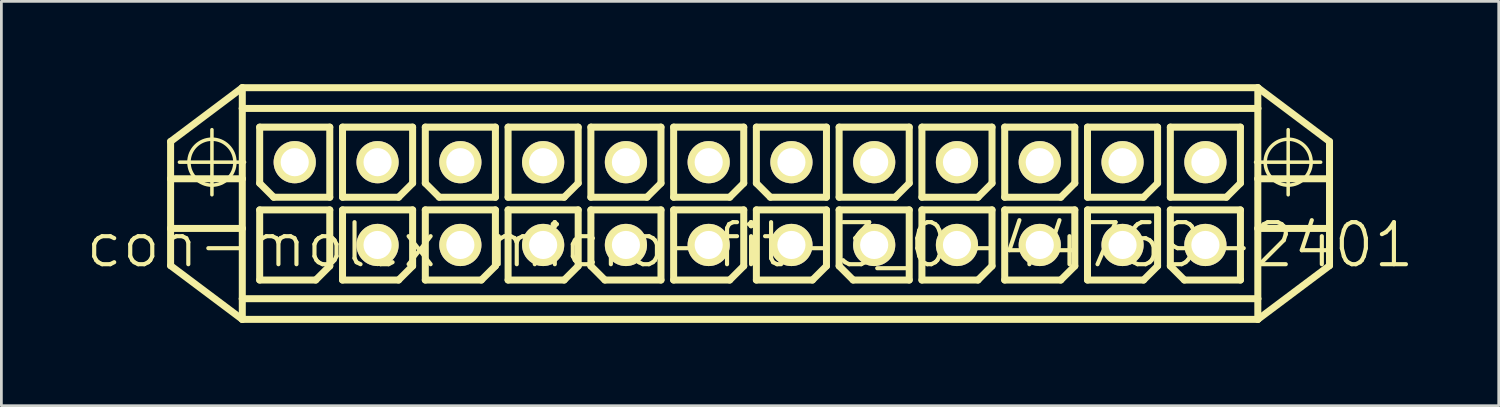
<source format=kicad_pcb>
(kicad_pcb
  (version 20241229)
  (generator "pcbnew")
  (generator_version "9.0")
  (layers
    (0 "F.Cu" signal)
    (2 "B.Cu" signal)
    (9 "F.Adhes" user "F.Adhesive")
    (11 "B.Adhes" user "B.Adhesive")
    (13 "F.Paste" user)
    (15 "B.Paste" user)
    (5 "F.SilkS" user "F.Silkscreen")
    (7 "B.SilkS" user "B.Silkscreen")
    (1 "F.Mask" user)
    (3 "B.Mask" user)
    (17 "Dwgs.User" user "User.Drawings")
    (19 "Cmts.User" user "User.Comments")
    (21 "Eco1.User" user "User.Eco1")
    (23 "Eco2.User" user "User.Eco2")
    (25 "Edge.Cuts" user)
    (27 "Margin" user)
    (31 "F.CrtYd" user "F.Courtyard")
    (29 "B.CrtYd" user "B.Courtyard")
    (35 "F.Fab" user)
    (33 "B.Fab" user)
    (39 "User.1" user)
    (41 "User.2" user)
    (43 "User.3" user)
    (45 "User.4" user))
  (footprint "con-molex-micro-fit-3_0-44769-2401"
    (layer "F.Cu")
    (at 24.13 5.827)
    (property "Reference" "con-molex-micro-fit-3_0-44769-2401" (at 0 0 0) (layer "F.SilkS") (effects (font (size 1.524 1.524) (thickness 0.15))))
    (attr exclude_from_pos_files exclude_from_bom)
    (fp_line (start -20.998 -3.749) (end -18.4 -5.7) (stroke (width 0.254) (type solid)) (layer "F.SilkS"))
    (fp_line (start -20.998 -2.398) (end -20.998 -3.749) (stroke (width 0.254) (type solid)) (layer "F.SilkS"))
    (fp_line (start -20.998 -2.398) (end -18.4 -2.398) (stroke (width 0.254) (type solid)) (layer "F.SilkS"))
    (fp_line (start -20.998 -0.599) (end -20.998 -2.398) (stroke (width 0.254) (type solid)) (layer "F.SilkS"))
    (fp_line (start -20.998 -0.599) (end -18.4 -0.599) (stroke (width 0.254) (type solid)) (layer "F.SilkS"))
    (fp_line (start -20.998 0.749) (end -20.998 -0.599) (stroke (width 0.254) (type solid)) (layer "F.SilkS"))
    (fp_line (start -20.678 -3) (end -18.318 -3) (stroke (width 0.127) (type solid)) (layer "F.SilkS"))
    (fp_line (start -19.5 -1.819) (end -19.5 -4.178) (stroke (width 0.127) (type solid)) (layer "F.SilkS"))
    (fp_line (start -18.4 -5.7) (end -18.4 -4.948) (stroke (width 0.254) (type solid)) (layer "F.SilkS"))
    (fp_line (start -18.4 -5.7) (end 18.4 -5.7) (stroke (width 0.254) (type solid)) (layer "F.SilkS"))
    (fp_line (start -18.4 -4.948) (end 18.4 -4.948) (stroke (width 0.254) (type solid)) (layer "F.SilkS"))
    (fp_line (start -18.4 -2.398) (end -18.4 -4.948) (stroke (width 0.254) (type solid)) (layer "F.SilkS"))
    (fp_line (start -18.4 -0.599) (end -18.4 -2.398) (stroke (width 0.254) (type solid)) (layer "F.SilkS"))
    (fp_line (start -18.4 -0.599) (end -18.4 1.948) (stroke (width 0.254) (type solid)) (layer "F.SilkS"))
    (fp_line (start -18.4 1.948) (end -18.4 2.697) (stroke (width 0.254) (type solid)) (layer "F.SilkS"))
    (fp_line (start -18.4 1.948) (end 18.4 1.948) (stroke (width 0.254) (type solid)) (layer "F.SilkS"))
    (fp_line (start -18.4 2.697) (end -20.998 0.749) (stroke (width 0.254) (type solid)) (layer "F.SilkS"))
    (fp_line (start -17.77 -4.27) (end -15.23 -4.27) (stroke (width 0.254) (type solid)) (layer "F.SilkS"))
    (fp_line (start -17.77 -2.238) (end -17.77 -4.27) (stroke (width 0.254) (type solid)) (layer "F.SilkS"))
    (fp_line (start -17.77 -1.27) (end -15.23 -1.27) (stroke (width 0.254) (type solid)) (layer "F.SilkS"))
    (fp_line (start -17.77 1.27) (end -17.77 -1.27) (stroke (width 0.254) (type solid)) (layer "F.SilkS"))
    (fp_line (start -17.262 -1.73) (end -17.77 -2.238) (stroke (width 0.254) (type solid)) (layer "F.SilkS"))
    (fp_line (start -15.738 1.27) (end -17.77 1.27) (stroke (width 0.254) (type solid)) (layer "F.SilkS"))
    (fp_line (start -15.23 -4.27) (end -15.23 -1.73) (stroke (width 0.254) (type solid)) (layer "F.SilkS"))
    (fp_line (start -15.23 -1.73) (end -17.262 -1.73) (stroke (width 0.254) (type solid)) (layer "F.SilkS"))
    (fp_line (start -15.23 -1.27) (end -15.23 0.762) (stroke (width 0.254) (type solid)) (layer "F.SilkS"))
    (fp_line (start -15.23 0.762) (end -15.738 1.27) (stroke (width 0.254) (type solid)) (layer "F.SilkS"))
    (fp_line (start -14.768 -4.27) (end -12.228 -4.27) (stroke (width 0.254) (type solid)) (layer "F.SilkS"))
    (fp_line (start -14.768 -1.73) (end -14.768 -4.27) (stroke (width 0.254) (type solid)) (layer "F.SilkS"))
    (fp_line (start -14.768 -1.27) (end -12.228 -1.27) (stroke (width 0.254) (type solid)) (layer "F.SilkS"))
    (fp_line (start -14.768 1.27) (end -14.768 -1.27) (stroke (width 0.254) (type solid)) (layer "F.SilkS"))
    (fp_line (start -12.736 -1.73) (end -14.768 -1.73) (stroke (width 0.254) (type solid)) (layer "F.SilkS"))
    (fp_line (start -12.736 1.27) (end -14.768 1.27) (stroke (width 0.254) (type solid)) (layer "F.SilkS"))
    (fp_line (start -12.228 -4.27) (end -12.228 -2.238) (stroke (width 0.254) (type solid)) (layer "F.SilkS"))
    (fp_line (start -12.228 -2.238) (end -12.736 -1.73) (stroke (width 0.254) (type solid)) (layer "F.SilkS"))
    (fp_line (start -12.228 -1.27) (end -12.228 0.762) (stroke (width 0.254) (type solid)) (layer "F.SilkS"))
    (fp_line (start -12.228 0.762) (end -12.736 1.27) (stroke (width 0.254) (type solid)) (layer "F.SilkS"))
    (fp_line (start -11.768 -4.27) (end -9.228 -4.27) (stroke (width 0.254) (type solid)) (layer "F.SilkS"))
    (fp_line (start -11.768 -2.238) (end -11.768 -4.27) (stroke (width 0.254) (type solid)) (layer "F.SilkS"))
    (fp_line (start -11.768 -1.27) (end -9.228 -1.27) (stroke (width 0.254) (type solid)) (layer "F.SilkS"))
    (fp_line (start -11.768 1.27) (end -11.768 -1.27) (stroke (width 0.254) (type solid)) (layer "F.SilkS"))
    (fp_line (start -11.26 -1.73) (end -11.768 -2.238) (stroke (width 0.254) (type solid)) (layer "F.SilkS"))
    (fp_line (start -9.736 1.27) (end -11.768 1.27) (stroke (width 0.254) (type solid)) (layer "F.SilkS"))
    (fp_line (start -9.228 -4.27) (end -9.228 -1.73) (stroke (width 0.254) (type solid)) (layer "F.SilkS"))
    (fp_line (start -9.228 -1.73) (end -11.26 -1.73) (stroke (width 0.254) (type solid)) (layer "F.SilkS"))
    (fp_line (start -9.228 -1.27) (end -9.228 0.762) (stroke (width 0.254) (type solid)) (layer "F.SilkS"))
    (fp_line (start -9.228 0.762) (end -9.736 1.27) (stroke (width 0.254) (type solid)) (layer "F.SilkS"))
    (fp_line (start -8.768 -4.27) (end -6.228 -4.27) (stroke (width 0.254) (type solid)) (layer "F.SilkS"))
    (fp_line (start -8.768 -1.73) (end -8.768 -4.27) (stroke (width 0.254) (type solid)) (layer "F.SilkS"))
    (fp_line (start -8.768 -1.27) (end -6.228 -1.27) (stroke (width 0.254) (type solid)) (layer "F.SilkS"))
    (fp_line (start -8.768 1.27) (end -8.768 -1.27) (stroke (width 0.254) (type solid)) (layer "F.SilkS"))
    (fp_line (start -6.736 -1.73) (end -8.768 -1.73) (stroke (width 0.254) (type solid)) (layer "F.SilkS"))
    (fp_line (start -6.736 1.27) (end -8.768 1.27) (stroke (width 0.254) (type solid)) (layer "F.SilkS"))
    (fp_line (start -6.228 -4.27) (end -6.228 -2.238) (stroke (width 0.254) (type solid)) (layer "F.SilkS"))
    (fp_line (start -6.228 -2.238) (end -6.736 -1.73) (stroke (width 0.254) (type solid)) (layer "F.SilkS"))
    (fp_line (start -6.228 -1.27) (end -6.228 0.762) (stroke (width 0.254) (type solid)) (layer "F.SilkS"))
    (fp_line (start -6.228 0.762) (end -6.736 1.27) (stroke (width 0.254) (type solid)) (layer "F.SilkS"))
    (fp_line (start -5.768 -4.27) (end -3.228 -4.27) (stroke (width 0.254) (type solid)) (layer "F.SilkS"))
    (fp_line (start -5.768 -1.73) (end -5.768 -4.27) (stroke (width 0.254) (type solid)) (layer "F.SilkS"))
    (fp_line (start -5.768 -1.27) (end -3.228 -1.27) (stroke (width 0.254) (type solid)) (layer "F.SilkS"))
    (fp_line (start -5.768 0.762) (end -5.768 -1.27) (stroke (width 0.254) (type solid)) (layer "F.SilkS"))
    (fp_line (start -5.26 1.27) (end -5.768 0.762) (stroke (width 0.254) (type solid)) (layer "F.SilkS"))
    (fp_line (start -3.736 -1.73) (end -5.768 -1.73) (stroke (width 0.254) (type solid)) (layer "F.SilkS"))
    (fp_line (start -3.228 -4.27) (end -3.228 -2.238) (stroke (width 0.254) (type solid)) (layer "F.SilkS"))
    (fp_line (start -3.228 -2.238) (end -3.736 -1.73) (stroke (width 0.254) (type solid)) (layer "F.SilkS"))
    (fp_line (start -3.228 -1.27) (end -3.228 1.27) (stroke (width 0.254) (type solid)) (layer "F.SilkS"))
    (fp_line (start -3.228 1.27) (end -5.26 1.27) (stroke (width 0.254) (type solid)) (layer "F.SilkS"))
    (fp_line (start -2.769 -4.27) (end -0.229 -4.27) (stroke (width 0.254) (type solid)) (layer "F.SilkS"))
    (fp_line (start -2.769 -1.73) (end -2.769 -4.27) (stroke (width 0.254) (type solid)) (layer "F.SilkS"))
    (fp_line (start -2.769 -1.27) (end -0.229 -1.27) (stroke (width 0.254) (type solid)) (layer "F.SilkS"))
    (fp_line (start -2.769 1.27) (end -2.769 -1.27) (stroke (width 0.254) (type solid)) (layer "F.SilkS"))
    (fp_line (start -0.737 -1.73) (end -2.769 -1.73) (stroke (width 0.254) (type solid)) (layer "F.SilkS"))
    (fp_line (start -0.737 1.27) (end -2.769 1.27) (stroke (width 0.254) (type solid)) (layer "F.SilkS"))
    (fp_line (start -0.229 -4.27) (end -0.229 -2.238) (stroke (width 0.254) (type solid)) (layer "F.SilkS"))
    (fp_line (start -0.229 -2.238) (end -0.737 -1.73) (stroke (width 0.254) (type solid)) (layer "F.SilkS"))
    (fp_line (start -0.229 -1.27) (end -0.229 0.762) (stroke (width 0.254) (type solid)) (layer "F.SilkS"))
    (fp_line (start -0.229 0.762) (end -0.737 1.27) (stroke (width 0.254) (type solid)) (layer "F.SilkS"))
    (fp_line (start 0.229 -4.27) (end 2.769 -4.27) (stroke (width 0.254) (type solid)) (layer "F.SilkS"))
    (fp_line (start 0.229 -2.238) (end 0.229 -4.27) (stroke (width 0.254) (type solid)) (layer "F.SilkS"))
    (fp_line (start 0.229 -1.27) (end 2.769 -1.27) (stroke (width 0.254) (type solid)) (layer "F.SilkS"))
    (fp_line (start 0.229 1.27) (end 0.229 -1.27) (stroke (width 0.254) (type solid)) (layer "F.SilkS"))
    (fp_line (start 0.737 -1.73) (end 0.229 -2.238) (stroke (width 0.254) (type solid)) (layer "F.SilkS"))
    (fp_line (start 2.261 1.27) (end 0.229 1.27) (stroke (width 0.254) (type solid)) (layer "F.SilkS"))
    (fp_line (start 2.769 -4.27) (end 2.769 -1.73) (stroke (width 0.254) (type solid)) (layer "F.SilkS"))
    (fp_line (start 2.769 -1.73) (end 0.737 -1.73) (stroke (width 0.254) (type solid)) (layer "F.SilkS"))
    (fp_line (start 2.769 -1.27) (end 2.769 0.762) (stroke (width 0.254) (type solid)) (layer "F.SilkS"))
    (fp_line (start 2.769 0.762) (end 2.261 1.27) (stroke (width 0.254) (type solid)) (layer "F.SilkS"))
    (fp_line (start 3.228 -4.27) (end 5.768 -4.27) (stroke (width 0.254) (type solid)) (layer "F.SilkS"))
    (fp_line (start 3.228 -1.73) (end 3.228 -4.27) (stroke (width 0.254) (type solid)) (layer "F.SilkS"))
    (fp_line (start 3.228 -1.27) (end 5.768 -1.27) (stroke (width 0.254) (type solid)) (layer "F.SilkS"))
    (fp_line (start 3.228 0.762) (end 3.228 -1.27) (stroke (width 0.254) (type solid)) (layer "F.SilkS"))
    (fp_line (start 3.736 1.27) (end 3.228 0.762) (stroke (width 0.254) (type solid)) (layer "F.SilkS"))
    (fp_line (start 5.26 -1.73) (end 3.228 -1.73) (stroke (width 0.254) (type solid)) (layer "F.SilkS"))
    (fp_line (start 5.768 -4.27) (end 5.768 -2.238) (stroke (width 0.254) (type solid)) (layer "F.SilkS"))
    (fp_line (start 5.768 -2.238) (end 5.26 -1.73) (stroke (width 0.254) (type solid)) (layer "F.SilkS"))
    (fp_line (start 5.768 -1.27) (end 5.768 1.27) (stroke (width 0.254) (type solid)) (layer "F.SilkS"))
    (fp_line (start 5.768 1.27) (end 3.736 1.27) (stroke (width 0.254) (type solid)) (layer "F.SilkS"))
    (fp_line (start 6.228 -4.27) (end 8.768 -4.27) (stroke (width 0.254) (type solid)) (layer "F.SilkS"))
    (fp_line (start 6.228 -1.73) (end 6.228 -4.27) (stroke (width 0.254) (type solid)) (layer "F.SilkS"))
    (fp_line (start 6.228 -1.27) (end 8.768 -1.27) (stroke (width 0.254) (type solid)) (layer "F.SilkS"))
    (fp_line (start 6.228 1.27) (end 6.228 -1.27) (stroke (width 0.254) (type solid)) (layer "F.SilkS"))
    (fp_line (start 8.26 -1.73) (end 6.228 -1.73) (stroke (width 0.254) (type solid)) (layer "F.SilkS"))
    (fp_line (start 8.26 1.27) (end 6.228 1.27) (stroke (width 0.254) (type solid)) (layer "F.SilkS"))
    (fp_line (start 8.768 -4.27) (end 8.768 -2.238) (stroke (width 0.254) (type solid)) (layer "F.SilkS"))
    (fp_line (start 8.768 -2.238) (end 8.26 -1.73) (stroke (width 0.254) (type solid)) (layer "F.SilkS"))
    (fp_line (start 8.768 -1.27) (end 8.768 0.762) (stroke (width 0.254) (type solid)) (layer "F.SilkS"))
    (fp_line (start 8.768 0.762) (end 8.26 1.27) (stroke (width 0.254) (type solid)) (layer "F.SilkS"))
    (fp_line (start 9.228 -4.27) (end 11.768 -4.27) (stroke (width 0.254) (type solid)) (layer "F.SilkS"))
    (fp_line (start 9.228 -1.73) (end 9.228 -4.27) (stroke (width 0.254) (type solid)) (layer "F.SilkS"))
    (fp_line (start 9.228 -1.27) (end 11.768 -1.27) (stroke (width 0.254) (type solid)) (layer "F.SilkS"))
    (fp_line (start 9.228 1.27) (end 9.228 -1.27) (stroke (width 0.254) (type solid)) (layer "F.SilkS"))
    (fp_line (start 11.26 -1.73) (end 9.228 -1.73) (stroke (width 0.254) (type solid)) (layer "F.SilkS"))
    (fp_line (start 11.26 1.27) (end 9.228 1.27) (stroke (width 0.254) (type solid)) (layer "F.SilkS"))
    (fp_line (start 11.768 -4.27) (end 11.768 -2.238) (stroke (width 0.254) (type solid)) (layer "F.SilkS"))
    (fp_line (start 11.768 -2.238) (end 11.26 -1.73) (stroke (width 0.254) (type solid)) (layer "F.SilkS"))
    (fp_line (start 11.768 -1.27) (end 11.768 0.762) (stroke (width 0.254) (type solid)) (layer "F.SilkS"))
    (fp_line (start 11.768 0.762) (end 11.26 1.27) (stroke (width 0.254) (type solid)) (layer "F.SilkS"))
    (fp_line (start 12.228 -4.27) (end 14.768 -4.27) (stroke (width 0.254) (type solid)) (layer "F.SilkS"))
    (fp_line (start 12.228 -1.73) (end 12.228 -4.27) (stroke (width 0.254) (type solid)) (layer "F.SilkS"))
    (fp_line (start 12.228 -1.27) (end 14.768 -1.27) (stroke (width 0.254) (type solid)) (layer "F.SilkS"))
    (fp_line (start 12.228 1.27) (end 12.228 -1.27) (stroke (width 0.254) (type solid)) (layer "F.SilkS"))
    (fp_line (start 14.26 -1.73) (end 12.228 -1.73) (stroke (width 0.254) (type solid)) (layer "F.SilkS"))
    (fp_line (start 14.26 1.27) (end 12.228 1.27) (stroke (width 0.254) (type solid)) (layer "F.SilkS"))
    (fp_line (start 14.768 -4.27) (end 14.768 -2.238) (stroke (width 0.254) (type solid)) (layer "F.SilkS"))
    (fp_line (start 14.768 -2.238) (end 14.26 -1.73) (stroke (width 0.254) (type solid)) (layer "F.SilkS"))
    (fp_line (start 14.768 -1.27) (end 14.768 0.762) (stroke (width 0.254) (type solid)) (layer "F.SilkS"))
    (fp_line (start 14.768 0.762) (end 14.26 1.27) (stroke (width 0.254) (type solid)) (layer "F.SilkS"))
    (fp_line (start 15.23 -4.27) (end 17.77 -4.27) (stroke (width 0.254) (type solid)) (layer "F.SilkS"))
    (fp_line (start 15.23 -1.73) (end 15.23 -4.27) (stroke (width 0.254) (type solid)) (layer "F.SilkS"))
    (fp_line (start 15.23 -1.27) (end 17.77 -1.27) (stroke (width 0.254) (type solid)) (layer "F.SilkS"))
    (fp_line (start 15.23 0.762) (end 15.23 -1.27) (stroke (width 0.254) (type solid)) (layer "F.SilkS"))
    (fp_line (start 15.738 1.27) (end 15.23 0.762) (stroke (width 0.254) (type solid)) (layer "F.SilkS"))
    (fp_line (start 17.262 -1.73) (end 15.23 -1.73) (stroke (width 0.254) (type solid)) (layer "F.SilkS"))
    (fp_line (start 17.77 -4.27) (end 17.77 -2.238) (stroke (width 0.254) (type solid)) (layer "F.SilkS"))
    (fp_line (start 17.77 -2.238) (end 17.262 -1.73) (stroke (width 0.254) (type solid)) (layer "F.SilkS"))
    (fp_line (start 17.77 -1.27) (end 17.77 1.27) (stroke (width 0.254) (type solid)) (layer "F.SilkS"))
    (fp_line (start 17.77 1.27) (end 15.738 1.27) (stroke (width 0.254) (type solid)) (layer "F.SilkS"))
    (fp_line (start 18.318 -3) (end 20.678 -3) (stroke (width 0.127) (type solid)) (layer "F.SilkS"))
    (fp_line (start 18.4 -5.7) (end 18.4 -4.948) (stroke (width 0.254) (type solid)) (layer "F.SilkS"))
    (fp_line (start 18.4 -5.7) (end 20.998 -3.749) (stroke (width 0.254) (type solid)) (layer "F.SilkS"))
    (fp_line (start 18.4 -4.948) (end 18.4 -2.398) (stroke (width 0.254) (type solid)) (layer "F.SilkS"))
    (fp_line (start 18.4 -2.398) (end 18.4 -0.599) (stroke (width 0.254) (type solid)) (layer "F.SilkS"))
    (fp_line (start 18.4 -2.398) (end 20.998 -2.398) (stroke (width 0.254) (type solid)) (layer "F.SilkS"))
    (fp_line (start 18.4 -0.599) (end 18.4 1.948) (stroke (width 0.254) (type solid)) (layer "F.SilkS"))
    (fp_line (start 18.4 -0.599) (end 20.998 -0.599) (stroke (width 0.254) (type solid)) (layer "F.SilkS"))
    (fp_line (start 18.4 1.948) (end 18.4 2.697) (stroke (width 0.254) (type solid)) (layer "F.SilkS"))
    (fp_line (start 18.4 2.697) (end -18.4 2.697) (stroke (width 0.254) (type solid)) (layer "F.SilkS"))
    (fp_line (start 19.5 -1.819) (end 19.5 -4.178) (stroke (width 0.127) (type solid)) (layer "F.SilkS"))
    (fp_line (start 20.998 -3.749) (end 20.998 -2.398) (stroke (width 0.254) (type solid)) (layer "F.SilkS"))
    (fp_line (start 20.998 -2.398) (end 20.998 -0.599) (stroke (width 0.254) (type solid)) (layer "F.SilkS"))
    (fp_line (start 20.998 -0.599) (end 20.998 0.749) (stroke (width 0.254) (type solid)) (layer "F.SilkS"))
    (fp_line (start 20.998 0.749) (end 18.4 2.697) (stroke (width 0.254) (type solid)) (layer "F.SilkS"))
    (fp_circle (center -19.5 -3) (end -20.089 -3.589) (stroke (width 0.127) (type solid)) (fill no) (layer "F.SilkS"))
    (fp_circle (center 19.5 -3) (end 20.089 -3.589) (stroke (width 0.127) (type solid)) (fill no) (layer "F.SilkS"))
    (pad "P$1" thru_hole rect (at -16.5 0) (size 0.001 0.001) (drill 1.019) (layers "*.Cu" "F.Mask" "F.SilkS" "F.Paste"))
    (pad "P$2" thru_hole circle (at -13.498 0) (size 1.529 1.529) (drill 1.019) (layers "*.Cu" "F.Mask" "F.SilkS" "F.Paste"))
    (pad "P$3" thru_hole circle (at -10.498 0) (size 1.529 1.529) (drill 1.019) (layers "*.Cu" "F.Mask" "F.SilkS" "F.Paste"))
    (pad "P$4" thru_hole circle (at -7.498 0) (size 1.529 1.529) (drill 1.019) (layers "*.Cu" "F.Mask" "F.SilkS" "F.Paste"))
    (pad "P$5" thru_hole circle (at -4.498 0) (size 1.529 1.529) (drill 1.019) (layers "*.Cu" "F.Mask" "F.SilkS" "F.Paste"))
    (pad "P$6" thru_hole circle (at -1.499 0) (size 1.529 1.529) (drill 1.019) (layers "*.Cu" "F.Mask" "F.SilkS" "F.Paste"))
    (pad "P$7" thru_hole circle (at 1.499 0) (size 1.529 1.529) (drill 1.019) (layers "*.Cu" "F.Mask" "F.SilkS" "F.Paste"))
    (pad "P$8" thru_hole circle (at 4.498 0) (size 1.529 1.529) (drill 1.019) (layers "*.Cu" "F.Mask" "F.SilkS" "F.Paste"))
    (pad "P$9" thru_hole circle (at 7.498 0) (size 1.529 1.529) (drill 1.019) (layers "*.Cu" "F.Mask" "F.SilkS" "F.Paste"))
    (pad "P$10" thru_hole circle (at 10.498 0) (size 1.529 1.529) (drill 1.019) (layers "*.Cu" "F.Mask" "F.SilkS" "F.Paste"))
    (pad "P$11" thru_hole circle (at 13.498 0) (size 1.529 1.529) (drill 1.019) (layers "*.Cu" "F.Mask" "F.SilkS" "F.Paste"))
    (pad "P$12" thru_hole circle (at 16.5 0) (size 1.529 1.529) (drill 1.019) (layers "*.Cu" "F.Mask" "F.SilkS" "F.Paste"))
    (pad "P$13" thru_hole circle (at -16.5 -3) (size 1.529 1.529) (drill 1.019) (layers "*.Cu" "F.Mask" "F.SilkS" "F.Paste"))
    (pad "P$14" thru_hole circle (at -13.498 -3) (size 1.529 1.529) (drill 1.019) (layers "*.Cu" "F.Mask" "F.SilkS" "F.Paste"))
    (pad "P$15" thru_hole circle (at -10.498 -3) (size 1.529 1.529) (drill 1.019) (layers "*.Cu" "F.Mask" "F.SilkS" "F.Paste"))
    (pad "P$16" thru_hole circle (at -7.498 -3) (size 1.529 1.529) (drill 1.019) (layers "*.Cu" "F.Mask" "F.SilkS" "F.Paste"))
    (pad "P$17" thru_hole circle (at -4.498 -3) (size 1.529 1.529) (drill 1.019) (layers "*.Cu" "F.Mask" "F.SilkS" "F.Paste"))
    (pad "P$18" thru_hole circle (at -1.499 -3) (size 1.529 1.529) (drill 1.019) (layers "*.Cu" "F.Mask" "F.SilkS" "F.Paste"))
    (pad "P$19" thru_hole circle (at 1.499 -3) (size 1.529 1.529) (drill 1.019) (layers "*.Cu" "F.Mask" "F.SilkS" "F.Paste"))
    (pad "P$20" thru_hole circle (at 4.498 -3) (size 1.529 1.529) (drill 1.019) (layers "*.Cu" "F.Mask" "F.SilkS" "F.Paste"))
    (pad "P$21" thru_hole circle (at 7.498 -3) (size 1.529 1.529) (drill 1.019) (layers "*.Cu" "F.Mask" "F.SilkS" "F.Paste"))
    (pad "P$22" thru_hole circle (at 10.498 -3) (size 1.529 1.529) (drill 1.019) (layers "*.Cu" "F.Mask" "F.SilkS" "F.Paste"))
    (pad "P$23" thru_hole circle (at 13.498 -3) (size 1.529 1.529) (drill 1.019) (layers "*.Cu" "F.Mask" "F.SilkS" "F.Paste"))
    (pad "P$24" thru_hole circle (at 16.5 -3) (size 1.529 1.529) (drill 1.019) (layers "*.Cu" "F.Mask" "F.SilkS" "F.Paste")))
  (gr_rect
    (start -3 -3)
    (end 51.26 11.651)
    (stroke (width 0.1) (type default))
    (fill no)
    (layer "Edge.Cuts")))
</source>
